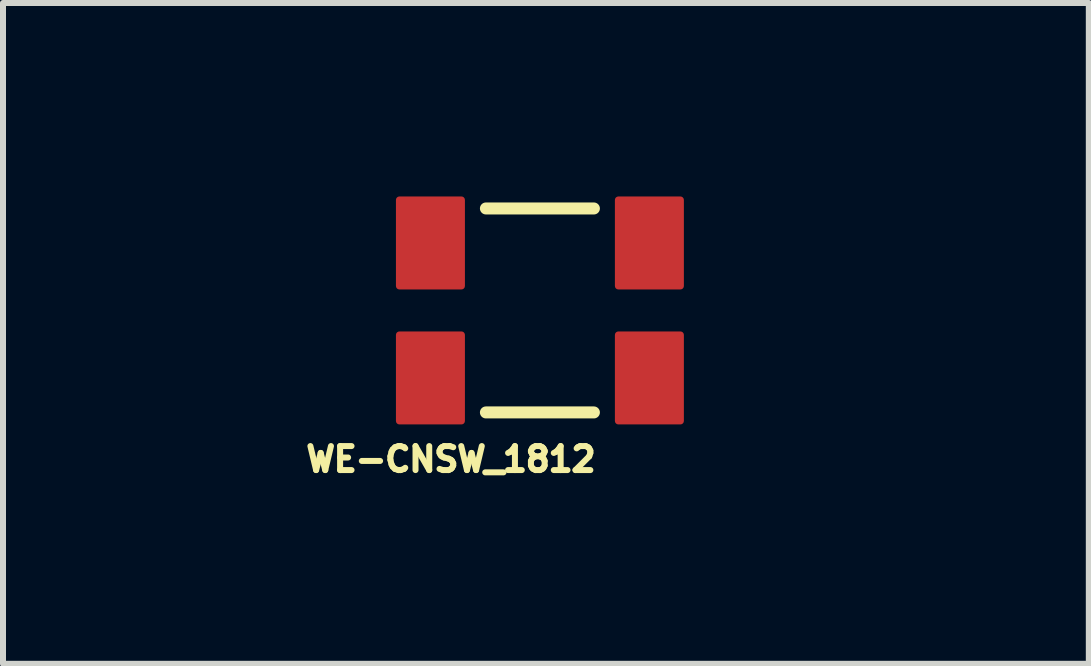
<source format=kicad_pcb>
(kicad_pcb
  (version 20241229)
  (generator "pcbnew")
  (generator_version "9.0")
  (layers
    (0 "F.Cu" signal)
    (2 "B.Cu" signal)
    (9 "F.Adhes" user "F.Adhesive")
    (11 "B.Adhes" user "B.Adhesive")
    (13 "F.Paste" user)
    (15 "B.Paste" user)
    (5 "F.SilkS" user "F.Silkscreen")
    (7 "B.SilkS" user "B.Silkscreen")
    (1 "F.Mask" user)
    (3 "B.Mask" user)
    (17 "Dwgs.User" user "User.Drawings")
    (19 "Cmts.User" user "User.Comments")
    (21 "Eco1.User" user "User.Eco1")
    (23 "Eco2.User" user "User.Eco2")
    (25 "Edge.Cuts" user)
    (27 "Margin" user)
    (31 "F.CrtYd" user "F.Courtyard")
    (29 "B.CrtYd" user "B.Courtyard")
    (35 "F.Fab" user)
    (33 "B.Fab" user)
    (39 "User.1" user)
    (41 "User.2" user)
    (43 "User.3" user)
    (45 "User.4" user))
  (footprint "WE-CNSW_1812"
    (layer "F.Cu")
    (at 5.95 2.125)
    (property "Reference" "WE-CNSW_1812" (at -1.483 2.481 0) (unlocked yes) (layer "F.SilkS") (effects (font (size 0.4 0.4) (thickness 0.1))))
    (fp_line (start -0.9 -1.7) (end 0.9 -1.7) (stroke (width 0.2) (type solid)) (layer "F.SilkS"))
    (fp_line (start -0.9 1.7) (end 0.9 1.7) (stroke (width 0.2) (type solid)) (layer "F.SilkS"))
    (fp_rect (start -2.4 1.9) (end -1.25 0.35) (stroke (width 0.1) (type default)) (fill no) (layer "User.1"))
    (fp_line (start -2.6 -2.1) (end 2.6 -2.1) (stroke (width 0.05) (type solid)) (layer "User.2"))
    (fp_line (start -2.6 2.1) (end -2.6 -2.1) (stroke (width 0.05) (type solid)) (layer "User.2"))
    (fp_line (start -2.6 2.1) (end 2.6 2.1) (stroke (width 0.05) (type solid)) (layer "User.2"))
    (fp_line (start 2.6 2.1) (end 2.6 -2.1) (stroke (width 0.05) (type solid)) (layer "User.2"))
    (fp_line (start -0.5 0) (end 0.5 0) (stroke (width 0.05) (type solid)) (layer "User.3"))
    (fp_line (start 0 0.5) (end 0 -0.5) (stroke (width 0.05) (type solid)) (layer "User.3"))
    (fp_line (start -2.25 -1.6) (end 2.25 -1.6) (stroke (width 0.1) (type solid)) (layer "User.4"))
    (fp_line (start -2.25 1.6) (end -2.25 -1.6) (stroke (width 0.1) (type solid)) (layer "User.4"))
    (fp_line (start -2.25 1.6) (end 2.25 1.6) (stroke (width 0.1) (type solid)) (layer "User.4"))
    (fp_line (start 2.25 1.6) (end 2.25 -1.6) (stroke (width 0.1) (type solid)) (layer "User.4"))
    (fp_line (start -2.25 -1.6) (end 2.25 -1.6) (stroke (width 0.1) (type solid)) (layer "User.9"))
    (fp_line (start -2.25 1.6) (end -2.25 -1.6) (stroke (width 0.1) (type solid)) (layer "User.9"))
    (fp_line (start -2.25 1.6) (end 2.25 1.6) (stroke (width 0.1) (type solid)) (layer "User.9"))
    (fp_line (start 2.25 1.6) (end 2.25 -1.6) (stroke (width 0.1) (type solid)) (layer "User.9"))
    (fp_text user "${REFERENCE}" (at 0.1 -0.048 0) (unlocked yes) (layer "User.9") (effects (font (size 1 1) (thickness 0.1))))
    (pad "1" smd roundrect (at -1.825 1.125) (size 1.15 1.55) (layers "F.Cu" "F.Mask" "F.Paste") (roundrect_rratio 0.05))
    (pad "2" smd roundrect (at 1.825 1.125) (size 1.15 1.55) (layers "F.Cu" "F.Mask" "F.Paste") (roundrect_rratio 0.05))
    (pad "3" smd roundrect (at 1.825 -1.125) (size 1.15 1.55) (layers "F.Cu" "F.Mask" "F.Paste") (roundrect_rratio 0.05))
    (pad "4" smd roundrect (at -1.825 -1.125) (size 1.15 1.55) (layers "F.Cu" "F.Mask" "F.Paste") (roundrect_rratio 0.05)))
  (gr_rect
    (start -3 -3)
    (end 15.1 8.015)
    (stroke (width 0.1) (type default))
    (fill no)
    (layer "Edge.Cuts")))
</source>
